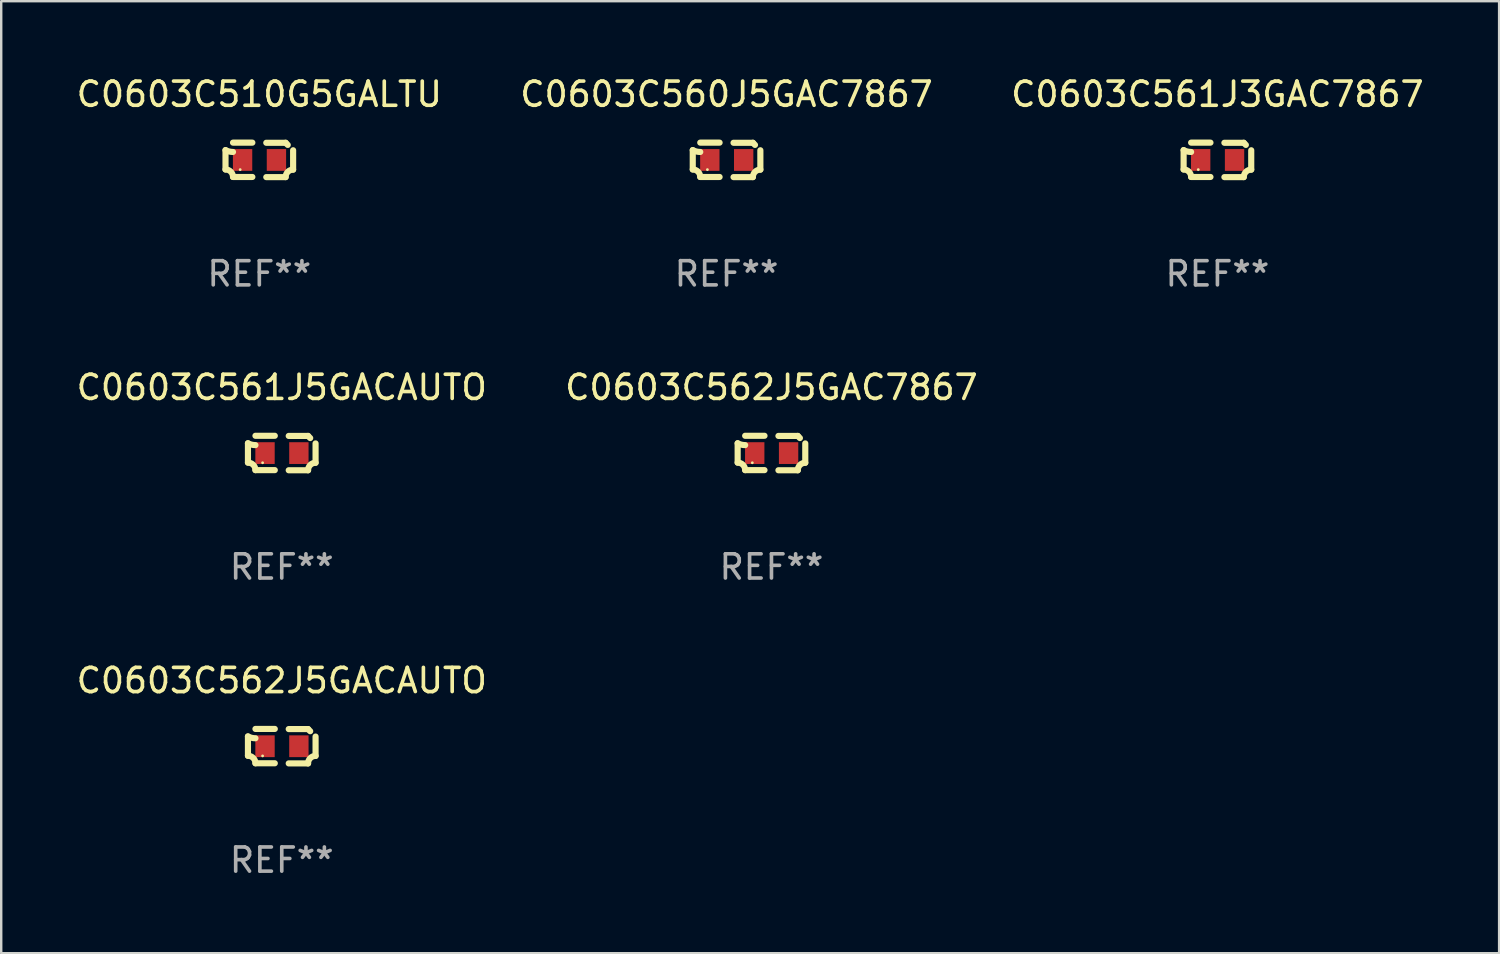
<source format=kicad_pcb>
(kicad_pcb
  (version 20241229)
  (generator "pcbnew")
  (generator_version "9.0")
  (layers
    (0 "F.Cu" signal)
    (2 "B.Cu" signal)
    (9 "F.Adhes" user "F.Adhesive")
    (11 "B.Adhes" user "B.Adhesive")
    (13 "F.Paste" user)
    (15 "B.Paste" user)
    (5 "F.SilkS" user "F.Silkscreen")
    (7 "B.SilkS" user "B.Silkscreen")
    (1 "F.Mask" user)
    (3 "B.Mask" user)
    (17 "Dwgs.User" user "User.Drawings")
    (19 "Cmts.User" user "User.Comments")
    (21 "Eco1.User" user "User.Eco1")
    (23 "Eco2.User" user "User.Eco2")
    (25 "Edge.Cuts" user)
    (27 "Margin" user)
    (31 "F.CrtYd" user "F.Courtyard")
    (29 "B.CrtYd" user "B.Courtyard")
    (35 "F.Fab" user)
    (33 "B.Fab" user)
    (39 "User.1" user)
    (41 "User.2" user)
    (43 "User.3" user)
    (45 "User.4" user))
  (footprint "C0603C562J5GACAUTO"
    (layer "F.Cu")
    (at 8.601 27.805)
    (property "Reference" "C0603C562J5GACAUTO" (at 0 -2.713 0) (layer "F.SilkS") (effects (font (size 1 1) (thickness 0.15))))
    (attr through_hole)
    (fp_line (start -1.398 -0.403) (end -1.398 0.397) (stroke (width 0.254) (type solid)) (layer "F.SilkS"))
    (fp_line (start -0.288 -0.713) (end -1.088 -0.713) (stroke (width 0.254) (type solid)) (layer "F.SilkS"))
    (fp_line (start -0.288 0.707) (end -1.088 0.707) (stroke (width 0.254) (type solid)) (layer "F.SilkS"))
    (fp_line (start 0.288 -0.707) (end 1.088 -0.707) (stroke (width 0.254) (type solid)) (layer "F.SilkS"))
    (fp_line (start 0.288 0.713) (end 1.088 0.713) (stroke (width 0.254) (type solid)) (layer "F.SilkS"))
    (fp_line (start 1.398 -0.397) (end 1.398 0.403) (stroke (width 0.254) (type solid)) (layer "F.SilkS"))
    (fp_arc (start -1.397789 0.397066) (mid -1.178701 0.487826) (end -1.08796 0.706922) (stroke (width 0.254001) (type solid)) (layer "F.SilkS"))
    (fp_arc (start -1.08796 -0.327176) (mid -1.247436 -0.346384) (end -1.39779 -0.402908) (stroke (width 0.254001) (type solid)) (layer "F.SilkS"))
    (fp_arc (start 1.087909 0.712738) (mid 1.178656 0.493655) (end 1.397739 0.402908) (stroke (width 0.254001) (type solid)) (layer "F.SilkS"))
    (fp_arc (start 1.175925 -0.618926) (mid 1.131917 -0.662923) (end 1.08791 -0.706922) (stroke (width 0.254001) (type solid)) (layer "F.SilkS"))
    (fp_circle (center -0.792 0.403) (end -0.762 0.403) (stroke (width 0.06) (type solid)) (fill no) (layer "F.SilkS"))
    (fp_text user "REF**" (at 0 4.713 0) (layer "F.Fab") (effects (font (size 1 1) (thickness 0.15))))
    (pad "1" smd rect (at -0.692 0.003) (size 0.8 0.9) (layers "F.Cu" "F.Mask" "F.Paste"))
    (pad "2" smd rect (at 0.708 0.003) (size 0.8 0.9) (layers "F.Cu" "F.Mask" "F.Paste")))
  (footprint "C0603C561J5GACAUTO"
    (layer "F.Cu")
    (at 8.601 15.683)
    (property "Reference" "C0603C561J5GACAUTO" (at 0 -2.713 0) (layer "F.SilkS") (effects (font (size 1 1) (thickness 0.15))))
    (attr through_hole)
    (fp_line (start -1.398 -0.403) (end -1.398 0.397) (stroke (width 0.254) (type solid)) (layer "F.SilkS"))
    (fp_line (start -0.288 -0.713) (end -1.088 -0.713) (stroke (width 0.254) (type solid)) (layer "F.SilkS"))
    (fp_line (start -0.288 0.707) (end -1.088 0.707) (stroke (width 0.254) (type solid)) (layer "F.SilkS"))
    (fp_line (start 0.288 -0.707) (end 1.088 -0.707) (stroke (width 0.254) (type solid)) (layer "F.SilkS"))
    (fp_line (start 0.288 0.713) (end 1.088 0.713) (stroke (width 0.254) (type solid)) (layer "F.SilkS"))
    (fp_line (start 1.398 -0.397) (end 1.398 0.403) (stroke (width 0.254) (type solid)) (layer "F.SilkS"))
    (fp_arc (start -1.397789 0.397066) (mid -1.178701 0.487826) (end -1.08796 0.706922) (stroke (width 0.254001) (type solid)) (layer "F.SilkS"))
    (fp_arc (start -1.08796 -0.327176) (mid -1.247436 -0.346384) (end -1.39779 -0.402908) (stroke (width 0.254001) (type solid)) (layer "F.SilkS"))
    (fp_arc (start 1.087909 0.712738) (mid 1.178656 0.493655) (end 1.397739 0.402908) (stroke (width 0.254001) (type solid)) (layer "F.SilkS"))
    (fp_arc (start 1.175925 -0.618926) (mid 1.131917 -0.662923) (end 1.08791 -0.706922) (stroke (width 0.254001) (type solid)) (layer "F.SilkS"))
    (fp_circle (center -0.792 0.403) (end -0.762 0.403) (stroke (width 0.06) (type solid)) (fill no) (layer "F.SilkS"))
    (fp_text user "REF**" (at 0 4.713 0) (layer "F.Fab") (effects (font (size 1 1) (thickness 0.15))))
    (pad "1" smd rect (at -0.692 0.003) (size 0.8 0.9) (layers "F.Cu" "F.Mask" "F.Paste"))
    (pad "2" smd rect (at 0.708 0.003) (size 0.8 0.9) (layers "F.Cu" "F.Mask" "F.Paste")))
  (footprint "C0603C560J5GAC7867"
    (layer "F.Cu")
    (at 26.994 3.561)
    (property "Reference" "C0603C560J5GAC7867" (at 0 -2.713 0) (layer "F.SilkS") (effects (font (size 1 1) (thickness 0.15))))
    (attr through_hole)
    (fp_line (start -1.398 -0.403) (end -1.398 0.397) (stroke (width 0.254) (type solid)) (layer "F.SilkS"))
    (fp_line (start -0.288 -0.713) (end -1.088 -0.713) (stroke (width 0.254) (type solid)) (layer "F.SilkS"))
    (fp_line (start -0.288 0.707) (end -1.088 0.707) (stroke (width 0.254) (type solid)) (layer "F.SilkS"))
    (fp_line (start 0.288 -0.707) (end 1.088 -0.707) (stroke (width 0.254) (type solid)) (layer "F.SilkS"))
    (fp_line (start 0.288 0.713) (end 1.088 0.713) (stroke (width 0.254) (type solid)) (layer "F.SilkS"))
    (fp_line (start 1.398 -0.397) (end 1.398 0.403) (stroke (width 0.254) (type solid)) (layer "F.SilkS"))
    (fp_arc (start -1.397789 0.397066) (mid -1.178701 0.487826) (end -1.08796 0.706922) (stroke (width 0.254001) (type solid)) (layer "F.SilkS"))
    (fp_arc (start -1.08796 -0.327176) (mid -1.247436 -0.346384) (end -1.39779 -0.402908) (stroke (width 0.254001) (type solid)) (layer "F.SilkS"))
    (fp_arc (start 1.087909 0.712738) (mid 1.178656 0.493655) (end 1.397739 0.402908) (stroke (width 0.254001) (type solid)) (layer "F.SilkS"))
    (fp_arc (start 1.175925 -0.618926) (mid 1.131917 -0.662923) (end 1.08791 -0.706922) (stroke (width 0.254001) (type solid)) (layer "F.SilkS"))
    (fp_circle (center -0.792 0.403) (end -0.762 0.403) (stroke (width 0.06) (type solid)) (fill no) (layer "F.SilkS"))
    (fp_text user "REF**" (at 0 4.713 0) (layer "F.Fab") (effects (font (size 1 1) (thickness 0.15))))
    (pad "1" smd rect (at -0.692 0.003) (size 0.8 0.9) (layers "F.Cu" "F.Mask" "F.Paste"))
    (pad "2" smd rect (at 0.708 0.003) (size 0.8 0.9) (layers "F.Cu" "F.Mask" "F.Paste")))
  (footprint "C0603C562J5GAC7867"
    (layer "F.Cu")
    (at 28.851 15.683)
    (property "Reference" "C0603C562J5GAC7867" (at 0 -2.713 0) (layer "F.SilkS") (effects (font (size 1 1) (thickness 0.15))))
    (attr through_hole)
    (fp_line (start -1.398 -0.403) (end -1.398 0.397) (stroke (width 0.254) (type solid)) (layer "F.SilkS"))
    (fp_line (start -0.288 -0.713) (end -1.088 -0.713) (stroke (width 0.254) (type solid)) (layer "F.SilkS"))
    (fp_line (start -0.288 0.707) (end -1.088 0.707) (stroke (width 0.254) (type solid)) (layer "F.SilkS"))
    (fp_line (start 0.288 -0.707) (end 1.088 -0.707) (stroke (width 0.254) (type solid)) (layer "F.SilkS"))
    (fp_line (start 0.288 0.713) (end 1.088 0.713) (stroke (width 0.254) (type solid)) (layer "F.SilkS"))
    (fp_line (start 1.398 -0.397) (end 1.398 0.403) (stroke (width 0.254) (type solid)) (layer "F.SilkS"))
    (fp_arc (start -1.397789 0.397066) (mid -1.178701 0.487826) (end -1.08796 0.706922) (stroke (width 0.254001) (type solid)) (layer "F.SilkS"))
    (fp_arc (start -1.08796 -0.327176) (mid -1.247436 -0.346384) (end -1.39779 -0.402908) (stroke (width 0.254001) (type solid)) (layer "F.SilkS"))
    (fp_arc (start 1.087909 0.712738) (mid 1.178656 0.493655) (end 1.397739 0.402908) (stroke (width 0.254001) (type solid)) (layer "F.SilkS"))
    (fp_arc (start 1.175925 -0.618926) (mid 1.131917 -0.662923) (end 1.08791 -0.706922) (stroke (width 0.254001) (type solid)) (layer "F.SilkS"))
    (fp_circle (center -0.792 0.403) (end -0.762 0.403) (stroke (width 0.06) (type solid)) (fill no) (layer "F.SilkS"))
    (fp_text user "REF**" (at 0 4.713 0) (layer "F.Fab") (effects (font (size 1 1) (thickness 0.15))))
    (pad "1" smd rect (at -0.692 0.003) (size 0.8 0.9) (layers "F.Cu" "F.Mask" "F.Paste"))
    (pad "2" smd rect (at 0.708 0.003) (size 0.8 0.9) (layers "F.Cu" "F.Mask" "F.Paste")))
  (footprint "C0603C561J3GAC7867"
    (layer "F.Cu")
    (at 47.292 3.561)
    (property "Reference" "C0603C561J3GAC7867" (at 0 -2.713 0) (layer "F.SilkS") (effects (font (size 1 1) (thickness 0.15))))
    (attr through_hole)
    (fp_line (start -1.398 -0.403) (end -1.398 0.397) (stroke (width 0.254) (type solid)) (layer "F.SilkS"))
    (fp_line (start -0.288 -0.713) (end -1.088 -0.713) (stroke (width 0.254) (type solid)) (layer "F.SilkS"))
    (fp_line (start -0.288 0.707) (end -1.088 0.707) (stroke (width 0.254) (type solid)) (layer "F.SilkS"))
    (fp_line (start 0.288 -0.707) (end 1.088 -0.707) (stroke (width 0.254) (type solid)) (layer "F.SilkS"))
    (fp_line (start 0.288 0.713) (end 1.088 0.713) (stroke (width 0.254) (type solid)) (layer "F.SilkS"))
    (fp_line (start 1.398 -0.397) (end 1.398 0.403) (stroke (width 0.254) (type solid)) (layer "F.SilkS"))
    (fp_arc (start -1.397789 0.397066) (mid -1.178701 0.487826) (end -1.08796 0.706922) (stroke (width 0.254001) (type solid)) (layer "F.SilkS"))
    (fp_arc (start -1.08796 -0.327176) (mid -1.247436 -0.346384) (end -1.39779 -0.402908) (stroke (width 0.254001) (type solid)) (layer "F.SilkS"))
    (fp_arc (start 1.087909 0.712738) (mid 1.178656 0.493655) (end 1.397739 0.402908) (stroke (width 0.254001) (type solid)) (layer "F.SilkS"))
    (fp_arc (start 1.175925 -0.618926) (mid 1.131917 -0.662923) (end 1.08791 -0.706922) (stroke (width 0.254001) (type solid)) (layer "F.SilkS"))
    (fp_circle (center -0.792 0.403) (end -0.762 0.403) (stroke (width 0.06) (type solid)) (fill no) (layer "F.SilkS"))
    (fp_text user "REF**" (at 0 4.713 0) (layer "F.Fab") (effects (font (size 1 1) (thickness 0.15))))
    (pad "1" smd rect (at -0.692 0.003) (size 0.8 0.9) (layers "F.Cu" "F.Mask" "F.Paste"))
    (pad "2" smd rect (at 0.708 0.003) (size 0.8 0.9) (layers "F.Cu" "F.Mask" "F.Paste")))
  (footprint "C0603C510G5GALTU"
    (layer "F.Cu")
    (at 7.673 3.561)
    (property "Reference" "C0603C510G5GALTU" (at 0 -2.713 0) (layer "F.SilkS") (effects (font (size 1 1) (thickness 0.15))))
    (attr through_hole)
    (fp_line (start -1.398 -0.403) (end -1.398 0.397) (stroke (width 0.254) (type solid)) (layer "F.SilkS"))
    (fp_line (start -0.288 -0.713) (end -1.088 -0.713) (stroke (width 0.254) (type solid)) (layer "F.SilkS"))
    (fp_line (start -0.288 0.707) (end -1.088 0.707) (stroke (width 0.254) (type solid)) (layer "F.SilkS"))
    (fp_line (start 0.288 -0.707) (end 1.088 -0.707) (stroke (width 0.254) (type solid)) (layer "F.SilkS"))
    (fp_line (start 0.288 0.713) (end 1.088 0.713) (stroke (width 0.254) (type solid)) (layer "F.SilkS"))
    (fp_line (start 1.398 -0.397) (end 1.398 0.403) (stroke (width 0.254) (type solid)) (layer "F.SilkS"))
    (fp_arc (start -1.397789 0.397066) (mid -1.178701 0.487826) (end -1.08796 0.706922) (stroke (width 0.254001) (type solid)) (layer "F.SilkS"))
    (fp_arc (start -1.08796 -0.327176) (mid -1.247436 -0.346384) (end -1.39779 -0.402908) (stroke (width 0.254001) (type solid)) (layer "F.SilkS"))
    (fp_arc (start 1.087909 0.712738) (mid 1.178656 0.493655) (end 1.397739 0.402908) (stroke (width 0.254001) (type solid)) (layer "F.SilkS"))
    (fp_arc (start 1.175925 -0.618926) (mid 1.131917 -0.662923) (end 1.08791 -0.706922) (stroke (width 0.254001) (type solid)) (layer "F.SilkS"))
    (fp_circle (center -0.792 0.403) (end -0.762 0.403) (stroke (width 0.06) (type solid)) (fill no) (layer "F.SilkS"))
    (fp_text user "REF**" (at 0 4.713 0) (layer "F.Fab") (effects (font (size 1 1) (thickness 0.15))))
    (pad "1" smd rect (at -0.692 0.003) (size 0.8 0.9) (layers "F.Cu" "F.Mask" "F.Paste"))
    (pad "2" smd rect (at 0.708 0.003) (size 0.8 0.9) (layers "F.Cu" "F.Mask" "F.Paste")))
  (gr_rect
    (start -3 -3)
    (end 58.94 36.366)
    (stroke (width 0.1) (type default))
    (fill no)
    (layer "Edge.Cuts")))
</source>
